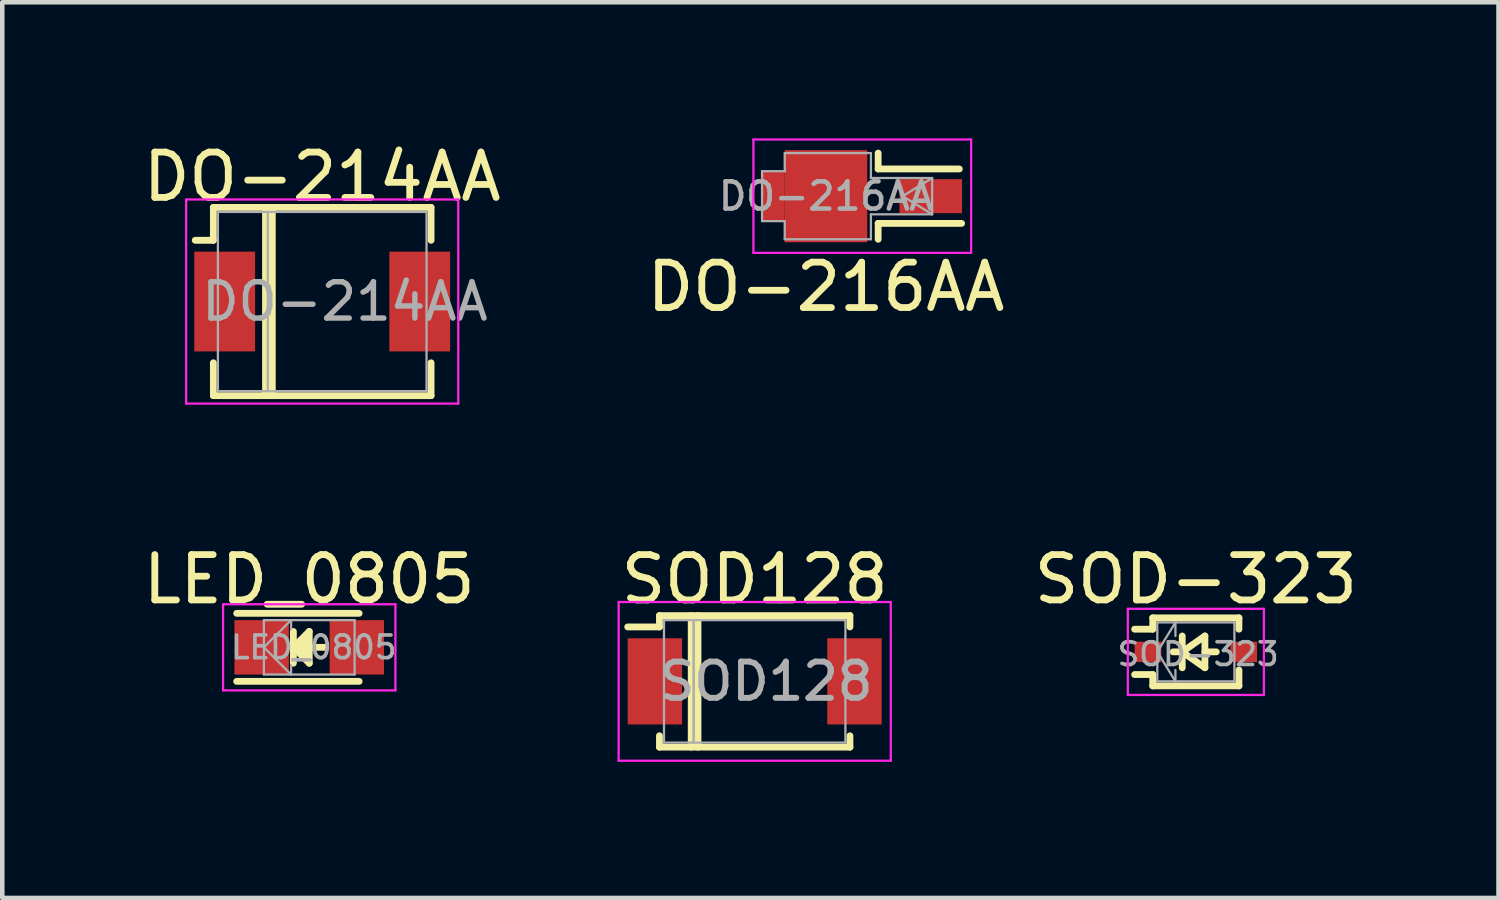
<source format=kicad_pcb>
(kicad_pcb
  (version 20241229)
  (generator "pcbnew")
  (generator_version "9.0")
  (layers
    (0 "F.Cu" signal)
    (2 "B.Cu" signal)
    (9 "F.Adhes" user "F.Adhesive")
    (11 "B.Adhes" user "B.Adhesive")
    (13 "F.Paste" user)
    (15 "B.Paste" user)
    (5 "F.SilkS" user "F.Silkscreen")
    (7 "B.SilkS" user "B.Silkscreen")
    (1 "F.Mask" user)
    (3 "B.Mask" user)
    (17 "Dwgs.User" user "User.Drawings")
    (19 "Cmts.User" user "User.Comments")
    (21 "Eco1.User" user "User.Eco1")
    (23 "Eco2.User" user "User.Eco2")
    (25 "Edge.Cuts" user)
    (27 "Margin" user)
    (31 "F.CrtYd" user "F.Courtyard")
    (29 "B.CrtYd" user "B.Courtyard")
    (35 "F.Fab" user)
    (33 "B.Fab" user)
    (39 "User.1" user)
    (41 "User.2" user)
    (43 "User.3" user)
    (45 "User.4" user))
  (footprint "DO-214AA"
    (layer "F.Cu")
    (at 4.054 3.598)
    (property "Reference" "DO-214AA" (at 0.5 0 0) (layer "F.Fab") (effects (font (size 0.8 0.8) (thickness 0.12))))
    (attr smd)
    (fp_line (start -2.8 -1.35) (end -2.4 -1.35) (stroke (width 0.15) (type solid)) (layer "F.SilkS"))
    (fp_line (start -2.4 -2.075) (end 2.4 -2.075) (stroke (width 0.15) (type solid)) (layer "F.SilkS"))
    (fp_line (start -2.4 -1.35) (end -2.4 -2.075) (stroke (width 0.15) (type solid)) (layer "F.SilkS"))
    (fp_line (start -2.4 2.075) (end -2.4 1.35) (stroke (width 0.15) (type solid)) (layer "F.SilkS"))
    (fp_line (start -1.25 2.075) (end -1.25 -2.075) (stroke (width 0.15) (type solid)) (layer "F.SilkS"))
    (fp_line (start -1.1 2.075) (end -1.1 -2.075) (stroke (width 0.15) (type solid)) (layer "F.SilkS"))
    (fp_line (start 2.4 -2.075) (end 2.4 -1.35) (stroke (width 0.15) (type solid)) (layer "F.SilkS"))
    (fp_line (start 2.4 1.35) (end 2.4 2.075) (stroke (width 0.15) (type solid)) (layer "F.SilkS"))
    (fp_line (start 2.4 2.075) (end -2.4 2.075) (stroke (width 0.15) (type solid)) (layer "F.SilkS"))
    (fp_line (start -3 -2.25) (end 3 -2.25) (stroke (width 0.05) (type solid)) (layer "F.CrtYd"))
    (fp_line (start -3 2.25) (end -3 -2.25) (stroke (width 0.05) (type solid)) (layer "F.CrtYd"))
    (fp_line (start 3 -2.25) (end 3 2.25) (stroke (width 0.05) (type solid)) (layer "F.CrtYd"))
    (fp_line (start 3 2.25) (end -3 2.25) (stroke (width 0.05) (type solid)) (layer "F.CrtYd"))
    (fp_line (start -2.3 -1.975) (end 2.3 -1.975) (stroke (width 0.05) (type solid)) (layer "F.Fab"))
    (fp_line (start -2.3 1.975) (end -2.3 -1.975) (stroke (width 0.05) (type solid)) (layer "F.Fab"))
    (fp_line (start -1.2 -1.975) (end -1.2 1.975) (stroke (width 0.05) (type solid)) (layer "F.Fab"))
    (fp_line (start 2.3 -1.975) (end 2.3 1.975) (stroke (width 0.05) (type solid)) (layer "F.Fab"))
    (fp_line (start 2.3 1.975) (end -2.3 1.975) (stroke (width 0.05) (type solid)) (layer "F.Fab"))
    (fp_text user "${REFERENCE}" (at 0 -2.75 0) (layer "F.SilkS") (effects (font (size 1 1) (thickness 0.15))))
    (pad "1" smd rect (at -2.15 0) (size 1.34 2.2) (layers "F.Cu" "F.Mask" "F.Paste"))
    (pad "2" smd rect (at 2.15 0) (size 1.34 2.2) (layers "F.Cu" "F.Mask" "F.Paste")))
  (footprint "LED_0805"
    (layer "F.Cu")
    (at 3.768 11.222)
    (property "Reference" "LED_0805" (at 0.1 0 0) (layer "F.Fab") (effects (font (size 0.5 0.5) (thickness 0.08))))
    (attr smd)
    (fp_line (start -1.6 -0.75) (end 1.1 -0.75) (stroke (width 0.15) (type solid)) (layer "F.SilkS"))
    (fp_line (start -1.6 0.75) (end 1.1 0.75) (stroke (width 0.15) (type solid)) (layer "F.SilkS"))
    (fp_line (start -0.35 -0.35) (end -0.35 0.35) (stroke (width 0.15) (type solid)) (layer "F.SilkS"))
    (fp_line (start -0.35 0) (end 0 -0.35) (stroke (width 0.15) (type solid)) (layer "F.SilkS"))
    (fp_line (start -0.1 -0.1) (end -0.25 0.05) (stroke (width 0.15) (type solid)) (layer "F.SilkS"))
    (fp_line (start -0.1 0.15) (end -0.1 -0.1) (stroke (width 0.15) (type solid)) (layer "F.SilkS"))
    (fp_line (start 0 -0.35) (end 0 0.35) (stroke (width 0.15) (type solid)) (layer "F.SilkS"))
    (fp_line (start 0 0) (end 0.35 0) (stroke (width 0.15) (type solid)) (layer "F.SilkS"))
    (fp_line (start 0 0.35) (end -0.35 0) (stroke (width 0.15) (type solid)) (layer "F.SilkS"))
    (fp_line (start -1.9 -0.95) (end 1.9 -0.95) (stroke (width 0.05) (type solid)) (layer "F.CrtYd"))
    (fp_line (start -1.9 0.95) (end -1.9 -0.95) (stroke (width 0.05) (type solid)) (layer "F.CrtYd"))
    (fp_line (start 1.9 -0.95) (end 1.9 0.95) (stroke (width 0.05) (type solid)) (layer "F.CrtYd"))
    (fp_line (start 1.9 0.95) (end -1.9 0.95) (stroke (width 0.05) (type solid)) (layer "F.CrtYd"))
    (fp_line (start -1 -0.6) (end -1 0.6) (stroke (width 0.05) (type solid)) (layer "F.Fab"))
    (fp_line (start -1 0) (end -0.4 0.6) (stroke (width 0.05) (type solid)) (layer "F.Fab"))
    (fp_line (start -1 0.6) (end 1 0.6) (stroke (width 0.05) (type solid)) (layer "F.Fab"))
    (fp_line (start -0.4 -0.6) (end -1 0) (stroke (width 0.05) (type solid)) (layer "F.Fab"))
    (fp_line (start -0.4 -0.6) (end -0.4 -0.4) (stroke (width 0.05) (type solid)) (layer "F.Fab"))
    (fp_line (start -0.4 0.6) (end -0.4 0.4) (stroke (width 0.05) (type solid)) (layer "F.Fab"))
    (fp_line (start 1 -0.6) (end -1 -0.6) (stroke (width 0.05) (type solid)) (layer "F.Fab"))
    (fp_line (start 1 0.6) (end 1 -0.6) (stroke (width 0.05) (type solid)) (layer "F.Fab"))
    (fp_text user "${REFERENCE}" (at 0 -1.5 0) (layer "F.SilkS") (effects (font (size 1 1) (thickness 0.15))))
    (pad "1" smd rect (at -1.049 0 180) (size 1.199 1.199) (layers "F.Cu" "F.Mask" "F.Paste"))
    (pad "2" smd rect (at 1.049 0 180) (size 1.199 1.199) (layers "F.Cu" "F.Mask" "F.Paste")))
  (footprint "SOD-323"
    (layer "F.Cu")
    (at 23.315 11.322)
    (property "Reference" "SOD-323" (at 0.05 0.05 0) (layer "F.Fab") (effects (font (size 0.5 0.5) (thickness 0.08))))
    (attr smd)
    (fp_line (start -1.35 -0.5) (end -0.95 -0.5) (stroke (width 0.15) (type solid)) (layer "F.SilkS"))
    (fp_line (start -0.95 -0.75) (end 0.95 -0.75) (stroke (width 0.15) (type solid)) (layer "F.SilkS"))
    (fp_line (start -0.95 -0.5) (end -0.95 -0.75) (stroke (width 0.15) (type solid)) (layer "F.SilkS"))
    (fp_line (start -0.95 0.5) (end -1.35 0.5) (stroke (width 0.15) (type solid)) (layer "F.SilkS"))
    (fp_line (start -0.95 0.75) (end -0.95 0.5) (stroke (width 0.15) (type solid)) (layer "F.SilkS"))
    (fp_line (start -0.3 -0.35) (end -0.3 0.35) (stroke (width 0.15) (type solid)) (layer "F.SilkS"))
    (fp_line (start -0.3 0) (end -0.5 0) (stroke (width 0.15) (type solid)) (layer "F.SilkS"))
    (fp_line (start -0.3 0) (end 0.2 -0.35) (stroke (width 0.15) (type solid)) (layer "F.SilkS"))
    (fp_line (start 0.2 -0.35) (end 0.2 0.35) (stroke (width 0.15) (type solid)) (layer "F.SilkS"))
    (fp_line (start 0.2 0) (end 0.45 0) (stroke (width 0.15) (type solid)) (layer "F.SilkS"))
    (fp_line (start 0.2 0.35) (end -0.3 0) (stroke (width 0.15) (type solid)) (layer "F.SilkS"))
    (fp_line (start 0.95 -0.75) (end 0.95 -0.5) (stroke (width 0.15) (type solid)) (layer "F.SilkS"))
    (fp_line (start 0.95 0.4) (end 0.95 0.75) (stroke (width 0.15) (type solid)) (layer "F.SilkS"))
    (fp_line (start 0.95 0.75) (end -0.95 0.75) (stroke (width 0.15) (type solid)) (layer "F.SilkS"))
    (fp_line (start -1.5 -0.95) (end -1.5 0.95) (stroke (width 0.05) (type solid)) (layer "F.CrtYd"))
    (fp_line (start -1.5 -0.95) (end 1.5 -0.95) (stroke (width 0.05) (type solid)) (layer "F.CrtYd"))
    (fp_line (start -1.5 0.95) (end 1.5 0.95) (stroke (width 0.05) (type solid)) (layer "F.CrtYd"))
    (fp_line (start 1.5 -0.95) (end 1.5 0.95) (stroke (width 0.05) (type solid)) (layer "F.CrtYd"))
    (fp_line (start -0.85 -0.65) (end 0.85 -0.65) (stroke (width 0.05) (type solid)) (layer "F.Fab"))
    (fp_line (start -0.85 0) (end -0.45 -0.65) (stroke (width 0.05) (type solid)) (layer "F.Fab"))
    (fp_line (start -0.85 0) (end -0.45 0.65) (stroke (width 0.05) (type solid)) (layer "F.Fab"))
    (fp_line (start -0.85 0.65) (end -0.85 -0.65) (stroke (width 0.05) (type solid)) (layer "F.Fab"))
    (fp_line (start -0.45 -0.65) (end -0.45 -0.35) (stroke (width 0.05) (type solid)) (layer "F.Fab"))
    (fp_line (start -0.45 0.65) (end -0.45 0.4) (stroke (width 0.05) (type solid)) (layer "F.Fab"))
    (fp_line (start 0.85 -0.65) (end 0.85 0.65) (stroke (width 0.05) (type solid)) (layer "F.Fab"))
    (fp_line (start 0.85 0.65) (end -0.85 0.65) (stroke (width 0.05) (type solid)) (layer "F.Fab"))
    (fp_text user "${REFERENCE}" (at 0 -1.6 0) (layer "F.SilkS") (effects (font (size 1 1) (thickness 0.15))))
    (pad "1" smd rect (at -1.055 0) (size 0.59 0.45) (layers "F.Cu" "F.Mask" "F.Paste"))
    (pad "2" smd rect (at 1.055 0) (size 0.59 0.45) (layers "F.Cu" "F.Mask" "F.Paste")))
  (footprint "SOD128"
    (layer "F.Cu")
    (at 13.589 11.972)
    (property "Reference" "SOD128" (at 0.25 0 0) (layer "F.Fab") (effects (font (size 0.8 0.8) (thickness 0.13))))
    (attr through_hole)
    (fp_line (start -2.8 -1.2) (end -2.1 -1.2) (stroke (width 0.15) (type solid)) (layer "F.SilkS"))
    (fp_line (start -2.1 -1.45) (end 2.1 -1.45) (stroke (width 0.15) (type solid)) (layer "F.SilkS"))
    (fp_line (start -2.1 -1.2) (end -2.1 -1.45) (stroke (width 0.15) (type solid)) (layer "F.SilkS"))
    (fp_line (start -2.1 1.45) (end -2.1 1.2) (stroke (width 0.15) (type solid)) (layer "F.SilkS"))
    (fp_line (start -1.4 -1.45) (end -1.4 1.45) (stroke (width 0.15) (type solid)) (layer "F.SilkS"))
    (fp_line (start -1.25 -1.45) (end -1.25 1.45) (stroke (width 0.15) (type solid)) (layer "F.SilkS"))
    (fp_line (start 2.1 -1.45) (end 2.1 -1.2) (stroke (width 0.15) (type solid)) (layer "F.SilkS"))
    (fp_line (start 2.1 1.2) (end 2.1 1.45) (stroke (width 0.15) (type solid)) (layer "F.SilkS"))
    (fp_line (start 2.1 1.45) (end -2.1 1.45) (stroke (width 0.15) (type solid)) (layer "F.SilkS"))
    (fp_line (start -3 -1.75) (end 3 -1.75) (stroke (width 0.05) (type solid)) (layer "F.CrtYd"))
    (fp_line (start -3 1.75) (end -3 -1.75) (stroke (width 0.05) (type solid)) (layer "F.CrtYd"))
    (fp_line (start 3 -1.75) (end 3 1.75) (stroke (width 0.05) (type solid)) (layer "F.CrtYd"))
    (fp_line (start 3 1.75) (end -3 1.75) (stroke (width 0.05) (type solid)) (layer "F.CrtYd"))
    (fp_line (start -2 -1.35) (end 2 -1.35) (stroke (width 0.05) (type solid)) (layer "F.Fab"))
    (fp_line (start -2 1.35) (end -2 -1.35) (stroke (width 0.05) (type solid)) (layer "F.Fab"))
    (fp_line (start -1.35 -1.35) (end -1.35 1.35) (stroke (width 0.05) (type solid)) (layer "F.Fab"))
    (fp_line (start 2 -1.35) (end 2 1.35) (stroke (width 0.05) (type solid)) (layer "F.Fab"))
    (fp_line (start 2 1.35) (end -2 1.35) (stroke (width 0.05) (type solid)) (layer "F.Fab"))
    (fp_text user "${REFERENCE}" (at 0 -2.25 0) (layer "F.SilkS") (effects (font (size 1 1) (thickness 0.15))))
    (pad "1" smd rect (at -2.2 0) (size 1.2 1.9) (layers "F.Cu" "F.Mask" "F.Paste"))
    (pad "2" smd rect (at 2.2 0) (size 1.2 1.9) (layers "F.Cu" "F.Mask" "F.Paste")))
  (footprint "DO-216AA"
    (layer "F.Cu")
    (at 15.161 1.275)
    (property "Reference" "DO-216AA" (at 0 0 0) (layer "F.Fab") (effects (font (size 0.6 0.6) (thickness 0.1))))
    (attr through_hole)
    (fp_line (start 1.15 -0.95) (end 1.15 -0.6) (stroke (width 0.15) (type solid)) (layer "F.SilkS"))
    (fp_line (start 1.15 0.95) (end 1.15 0.6) (stroke (width 0.15) (type solid)) (layer "F.SilkS"))
    (fp_line (start 2.94 -0.6) (end 1.15 -0.6) (stroke (width 0.15) (type solid)) (layer "F.SilkS"))
    (fp_line (start 2.99 0.6) (end 1.15 0.6) (stroke (width 0.15) (type solid)) (layer "F.SilkS"))
    (fp_line (start -1.6 -1.25) (end 3.2 -1.25) (stroke (width 0.05) (type solid)) (layer "F.CrtYd"))
    (fp_line (start -1.6 1.25) (end -1.6 -1.25) (stroke (width 0.05) (type solid)) (layer "F.CrtYd"))
    (fp_line (start 3.2 -1.25) (end 3.2 1.25) (stroke (width 0.05) (type solid)) (layer "F.CrtYd"))
    (fp_line (start 3.2 1.25) (end -1.6 1.25) (stroke (width 0.05) (type solid)) (layer "F.CrtYd"))
    (fp_line (start -1.41 -0.55) (end -1.41 0.55) (stroke (width 0.05) (type solid)) (layer "F.Fab"))
    (fp_line (start -1.41 0.55) (end -0.91 0.55) (stroke (width 0.05) (type solid)) (layer "F.Fab"))
    (fp_line (start -0.91 -0.95) (end 0.99 -0.95) (stroke (width 0.05) (type solid)) (layer "F.Fab"))
    (fp_line (start -0.91 -0.55) (end -1.41 -0.55) (stroke (width 0.05) (type solid)) (layer "F.Fab"))
    (fp_line (start -0.91 -0.55) (end -0.91 -0.95) (stroke (width 0.05) (type solid)) (layer "F.Fab"))
    (fp_line (start -0.91 0.95) (end -0.91 0.55) (stroke (width 0.05) (type solid)) (layer "F.Fab"))
    (fp_line (start 0.99 -0.95) (end 0.99 -0.4) (stroke (width 0.05) (type solid)) (layer "F.Fab"))
    (fp_line (start 0.99 -0.4) (end 2.34 -0.4) (stroke (width 0.05) (type solid)) (layer "F.Fab"))
    (fp_line (start 0.99 0.4) (end 0.99 0.95) (stroke (width 0.05) (type solid)) (layer "F.Fab"))
    (fp_line (start 0.99 0.95) (end -0.91 0.95) (stroke (width 0.05) (type solid)) (layer "F.Fab"))
    (fp_line (start 1.69 0) (end 2.34 0.4) (stroke (width 0.05) (type solid)) (layer "F.Fab"))
    (fp_line (start 2.34 -0.4) (end 1.69 0) (stroke (width 0.05) (type solid)) (layer "F.Fab"))
    (fp_line (start 2.34 -0.4) (end 2.34 0.4) (stroke (width 0.05) (type solid)) (layer "F.Fab"))
    (fp_line (start 2.34 0.4) (end 0.99 0.4) (stroke (width 0.05) (type solid)) (layer "F.Fab"))
    (fp_text user "${REFERENCE}" (at 0 2 0) (layer "F.SilkS") (effects (font (size 1 1) (thickness 0.15))))
    (pad "1" smd rect (at 2.31 0) (size 1.38 0.75) (layers "F.Cu" "F.Mask" "F.Paste"))
    (pad "2" smd rect (at -1.16 0) (size 0.5 1.1) (layers "F.Cu" "F.Mask" "F.Paste"))
    (pad "2" smd rect (at 0 0) (size 1.82 2.03) (layers "F.Cu" "F.Mask" "F.Paste")))
  (gr_rect
    (start -3 -3)
    (end 29.988 16.747)
    (stroke (width 0.1) (type default))
    (fill no)
    (layer "Edge.Cuts")))
</source>
